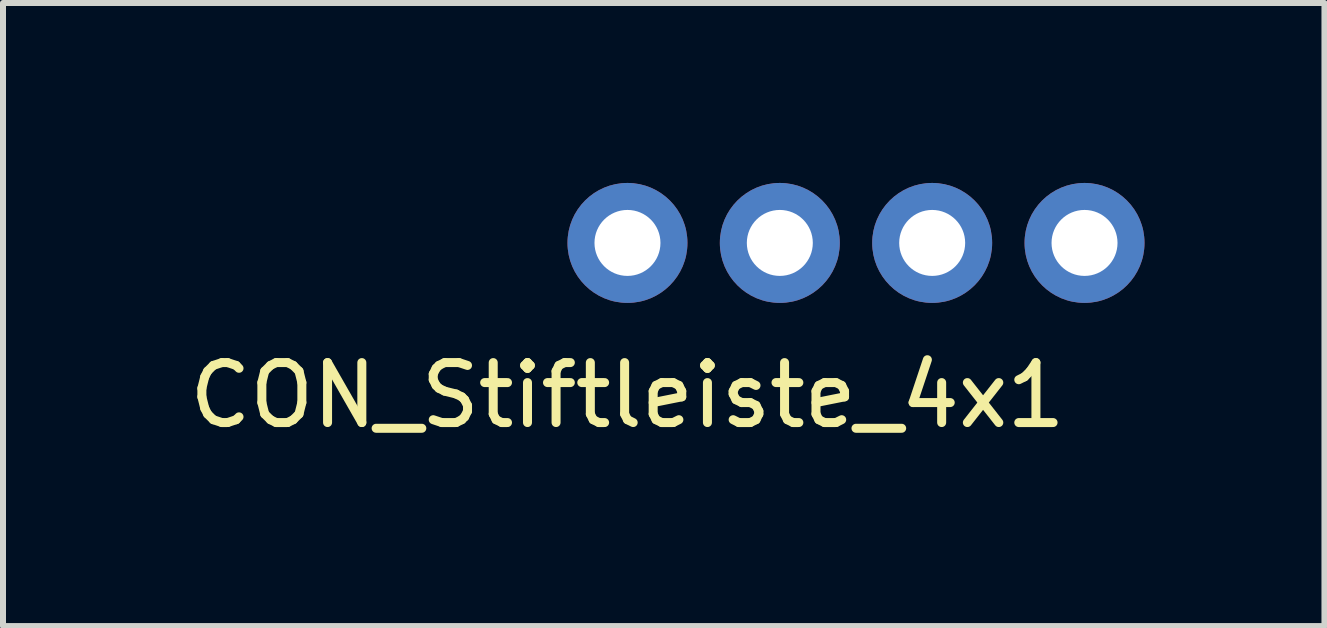
<source format=kicad_pcb>
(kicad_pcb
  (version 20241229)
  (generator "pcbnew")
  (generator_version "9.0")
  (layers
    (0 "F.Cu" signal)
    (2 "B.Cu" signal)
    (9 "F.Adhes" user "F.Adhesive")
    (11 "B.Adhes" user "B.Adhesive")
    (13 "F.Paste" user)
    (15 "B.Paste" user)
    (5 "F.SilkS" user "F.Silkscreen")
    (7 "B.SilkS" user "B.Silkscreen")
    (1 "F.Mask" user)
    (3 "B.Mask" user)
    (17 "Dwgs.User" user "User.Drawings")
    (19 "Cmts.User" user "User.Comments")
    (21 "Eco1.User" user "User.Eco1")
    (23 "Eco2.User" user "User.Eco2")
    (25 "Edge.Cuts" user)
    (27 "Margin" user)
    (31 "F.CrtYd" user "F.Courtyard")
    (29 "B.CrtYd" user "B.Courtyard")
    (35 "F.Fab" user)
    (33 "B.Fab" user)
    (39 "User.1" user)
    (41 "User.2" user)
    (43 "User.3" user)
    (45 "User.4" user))
  (footprint "CON_Stiftleiste_4x1"
    (layer "F.Cu")
    (at 7.411 1)
    (property "Reference" "CON_Stiftleiste_4x1" (at 0 2.54 0) (layer "F.SilkS") (effects (font (size 1 1) (thickness 0.15))))
    (attr through_hole)
    (pad "1" thru_hole circle (at 0 0) (size 2 2) (drill 1.1) (layers "*.Cu" "*.Mask"))
    (pad "2" thru_hole circle (at 2.54 0) (size 2 2) (drill 1.1) (layers "*.Cu" "*.Mask"))
    (pad "3" thru_hole circle (at 5.08 0) (size 2 2) (drill 1.1) (layers "*.Cu" "*.Mask"))
    (pad "4" thru_hole circle (at 7.62 0) (size 2 2) (drill 1.1) (layers "*.Cu" "*.Mask")))
  (gr_rect
    (start -3 -3)
    (end 19.031 7.388)
    (stroke (width 0.1) (type default))
    (fill no)
    (layer "Edge.Cuts")))
</source>
